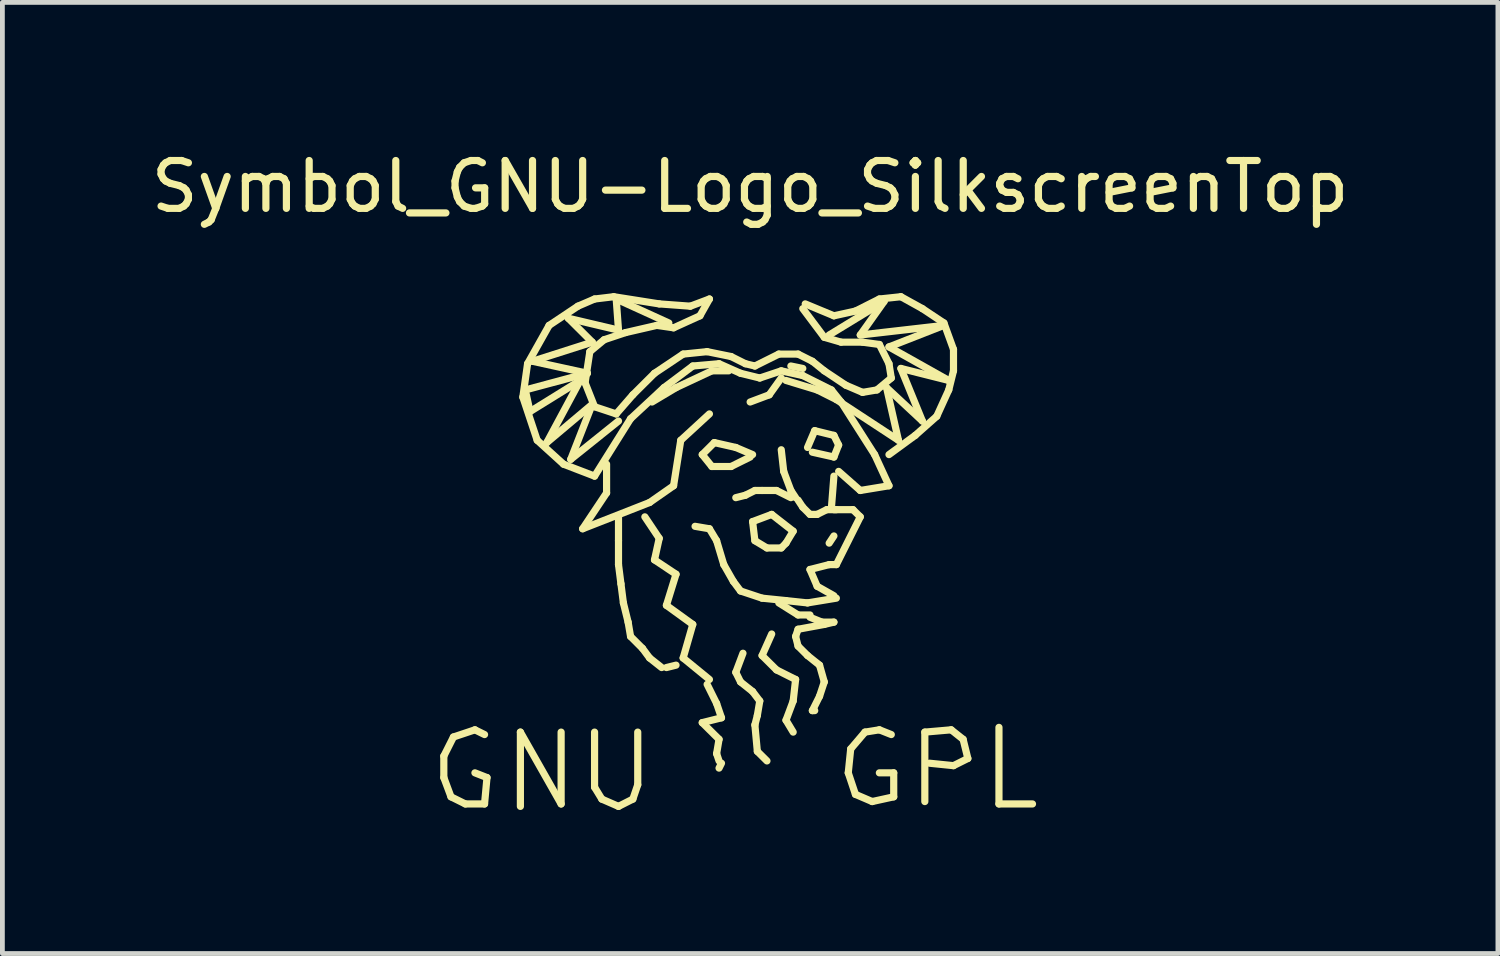
<source format=kicad_pcb>
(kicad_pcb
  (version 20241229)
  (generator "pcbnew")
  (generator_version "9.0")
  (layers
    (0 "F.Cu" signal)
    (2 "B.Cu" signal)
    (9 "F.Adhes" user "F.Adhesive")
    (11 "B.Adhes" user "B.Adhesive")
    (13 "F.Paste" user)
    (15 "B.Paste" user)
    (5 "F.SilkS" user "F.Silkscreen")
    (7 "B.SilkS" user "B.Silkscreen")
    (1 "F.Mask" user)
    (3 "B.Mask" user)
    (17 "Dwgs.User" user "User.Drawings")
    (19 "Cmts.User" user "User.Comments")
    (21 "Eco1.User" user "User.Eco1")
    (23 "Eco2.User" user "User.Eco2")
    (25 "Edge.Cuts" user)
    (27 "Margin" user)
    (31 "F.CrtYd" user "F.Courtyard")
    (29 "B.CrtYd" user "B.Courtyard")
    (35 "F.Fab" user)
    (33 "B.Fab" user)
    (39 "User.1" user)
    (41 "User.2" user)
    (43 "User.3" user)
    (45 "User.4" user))
  (footprint "Symbol_GNU-Logo_SilkscreenTop"
    (layer "F.Cu")
    (at 12.625 6.899)
    (property "Reference" "Symbol_GNU-Logo_SilkscreenTop" (at 0 -6.05 0) (layer "F.SilkS") (effects (font (size 1 1) (thickness 0.15))))
    (attr through_hole)
    (fp_line (start -6.401 5.85) (end -6.401 6.299) (stroke (width 0.15) (type solid)) (layer "F.SilkS"))
    (fp_line (start -6.401 6.299) (end -6.251 6.701) (stroke (width 0.15) (type solid)) (layer "F.SilkS"))
    (fp_line (start -6.251 6.701) (end -5.951 6.85) (stroke (width 0.15) (type solid)) (layer "F.SilkS"))
    (fp_line (start -6.2 5.451) (end -6.401 5.85) (stroke (width 0.15) (type solid)) (layer "F.SilkS"))
    (fp_line (start -5.951 6.85) (end -5.55 6.85) (stroke (width 0.15) (type solid)) (layer "F.SilkS"))
    (fp_line (start -5.751 5.301) (end -6.2 5.451) (stroke (width 0.15) (type solid)) (layer "F.SilkS"))
    (fp_line (start -5.55 5.4) (end -5.751 5.301) (stroke (width 0.15) (type solid)) (layer "F.SilkS"))
    (fp_line (start -5.55 6.85) (end -5.499 6.299) (stroke (width 0.15) (type solid)) (layer "F.SilkS"))
    (fp_line (start -5.499 6.299) (end -5.751 6.2) (stroke (width 0.15) (type solid)) (layer "F.SilkS"))
    (fp_line (start -4.801 5.349) (end -3.95 6.85) (stroke (width 0.15) (type solid)) (layer "F.SilkS"))
    (fp_line (start -4.801 6.901) (end -4.801 5.349) (stroke (width 0.15) (type solid)) (layer "F.SilkS"))
    (fp_line (start -4.75 -1.651) (end -4.45 -0.749) (stroke (width 0.15) (type solid)) (layer "F.SilkS"))
    (fp_line (start -4.699 -1.801) (end -3.401 -2.149) (stroke (width 0.15) (type solid)) (layer "F.SilkS"))
    (fp_line (start -4.651 -2.349) (end -4.75 -1.651) (stroke (width 0.15) (type solid)) (layer "F.SilkS"))
    (fp_line (start -4.6 -1.349) (end -4.699 -1.801) (stroke (width 0.15) (type solid)) (layer "F.SilkS"))
    (fp_line (start -4.549 -2.4) (end -3.299 -2.799) (stroke (width 0.15) (type solid)) (layer "F.SilkS"))
    (fp_line (start -4.45 -0.749) (end -3.899 -0.249) (stroke (width 0.15) (type solid)) (layer "F.SilkS"))
    (fp_line (start -4.249 -0.701) (end -3.551 -1.999) (stroke (width 0.15) (type solid)) (layer "F.SilkS"))
    (fp_line (start -4.201 -3.15) (end -4.651 -2.349) (stroke (width 0.15) (type solid)) (layer "F.SilkS"))
    (fp_line (start -3.95 6.85) (end -3.95 5.349) (stroke (width 0.15) (type solid)) (layer "F.SilkS"))
    (fp_line (start -3.899 -0.249) (end -3.251 0) (stroke (width 0.15) (type solid)) (layer "F.SilkS"))
    (fp_line (start -3.8 -3.299) (end -2.751 -3.051) (stroke (width 0.15) (type solid)) (layer "F.SilkS"))
    (fp_line (start -3.749 -0.351) (end -3.299 -1.501) (stroke (width 0.15) (type solid)) (layer "F.SilkS"))
    (fp_line (start -3.599 -3.551) (end -4.201 -3.15) (stroke (width 0.15) (type solid)) (layer "F.SilkS"))
    (fp_line (start -3.551 -1.999) (end -4.6 -1.349) (stroke (width 0.15) (type solid)) (layer "F.SilkS"))
    (fp_line (start -3.5 1.1) (end -2.101 0.551) (stroke (width 0.15) (type solid)) (layer "F.SilkS"))
    (fp_line (start -3.449 -1.951) (end -3.35 -2.601) (stroke (width 0.15) (type solid)) (layer "F.SilkS"))
    (fp_line (start -3.401 -2.149) (end -4.549 -2.4) (stroke (width 0.15) (type solid)) (layer "F.SilkS"))
    (fp_line (start -3.35 -2.601) (end -3.051 -2.85) (stroke (width 0.15) (type solid)) (layer "F.SilkS"))
    (fp_line (start -3.299 -2.799) (end -3.8 -3.299) (stroke (width 0.15) (type solid)) (layer "F.SilkS"))
    (fp_line (start -3.299 -1.501) (end -4.249 -0.701) (stroke (width 0.15) (type solid)) (layer "F.SilkS"))
    (fp_line (start -3.251 -3.701) (end -3.599 -3.551) (stroke (width 0.15) (type solid)) (layer "F.SilkS"))
    (fp_line (start -3.251 -1.45) (end -3.449 -1.951) (stroke (width 0.15) (type solid)) (layer "F.SilkS"))
    (fp_line (start -3.251 0) (end -2.499 -1.199) (stroke (width 0.15) (type solid)) (layer "F.SilkS"))
    (fp_line (start -3.251 5.349) (end -3.251 6.5) (stroke (width 0.15) (type solid)) (layer "F.SilkS"))
    (fp_line (start -3.251 6.5) (end -3.099 6.749) (stroke (width 0.15) (type solid)) (layer "F.SilkS"))
    (fp_line (start -3.099 6.749) (end -2.751 6.901) (stroke (width 0.15) (type solid)) (layer "F.SilkS"))
    (fp_line (start -3.051 -2.85) (end -2.601 -3) (stroke (width 0.15) (type solid)) (layer "F.SilkS"))
    (fp_line (start -3 -0.249) (end -3 0.351) (stroke (width 0.15) (type solid)) (layer "F.SilkS"))
    (fp_line (start -3 0.351) (end -3.5 1.1) (stroke (width 0.15) (type solid)) (layer "F.SilkS"))
    (fp_line (start -2.85 -3.749) (end -3.251 -3.701) (stroke (width 0.15) (type solid)) (layer "F.SilkS"))
    (fp_line (start -2.799 -3.701) (end -1.699 -3.2) (stroke (width 0.15) (type solid)) (layer "F.SilkS"))
    (fp_line (start -2.799 -1.3) (end -3.251 -1.45) (stroke (width 0.15) (type solid)) (layer "F.SilkS"))
    (fp_line (start -2.751 -3.051) (end -2.799 -3.701) (stroke (width 0.15) (type solid)) (layer "F.SilkS"))
    (fp_line (start -2.751 -1.151) (end -3.749 -0.351) (stroke (width 0.15) (type solid)) (layer "F.SilkS"))
    (fp_line (start -2.751 1.349) (end -2.751 0.851) (stroke (width 0.15) (type solid)) (layer "F.SilkS"))
    (fp_line (start -2.751 1.849) (end -2.751 1.349) (stroke (width 0.15) (type solid)) (layer "F.SilkS"))
    (fp_line (start -2.751 6.901) (end -2.451 6.749) (stroke (width 0.15) (type solid)) (layer "F.SilkS"))
    (fp_line (start -2.7 2.25) (end -2.751 1.849) (stroke (width 0.15) (type solid)) (layer "F.SilkS"))
    (fp_line (start -2.649 2.649) (end -2.7 2.25) (stroke (width 0.15) (type solid)) (layer "F.SilkS"))
    (fp_line (start -2.601 -3) (end -1.951 -3.15) (stroke (width 0.15) (type solid)) (layer "F.SilkS"))
    (fp_line (start -2.55 3.051) (end -2.649 2.649) (stroke (width 0.15) (type solid)) (layer "F.SilkS"))
    (fp_line (start -2.499 -1.199) (end -1.801 -1.849) (stroke (width 0.15) (type solid)) (layer "F.SilkS"))
    (fp_line (start -2.499 3.35) (end -2.55 3.051) (stroke (width 0.15) (type solid)) (layer "F.SilkS"))
    (fp_line (start -2.451 -1.699) (end -2.799 -1.3) (stroke (width 0.15) (type solid)) (layer "F.SilkS"))
    (fp_line (start -2.451 6.749) (end -2.349 6.449) (stroke (width 0.15) (type solid)) (layer "F.SilkS"))
    (fp_line (start -2.349 6.449) (end -2.349 5.349) (stroke (width 0.15) (type solid)) (layer "F.SilkS"))
    (fp_line (start -2.25 3.599) (end -2.499 3.35) (stroke (width 0.15) (type solid)) (layer "F.SilkS"))
    (fp_line (start -2.2 0.851) (end -1.9 1.3) (stroke (width 0.15) (type solid)) (layer "F.SilkS"))
    (fp_line (start -2.101 0.551) (end -1.6 0.201) (stroke (width 0.15) (type solid)) (layer "F.SilkS"))
    (fp_line (start -2.101 3.8) (end -2.25 3.599) (stroke (width 0.15) (type solid)) (layer "F.SilkS"))
    (fp_line (start -2.05 -1.549) (end -1.549 -1.849) (stroke (width 0.15) (type solid)) (layer "F.SilkS"))
    (fp_line (start -1.999 -2.149) (end -2.451 -1.699) (stroke (width 0.15) (type solid)) (layer "F.SilkS"))
    (fp_line (start -1.999 1.75) (end -1.549 2.05) (stroke (width 0.15) (type solid)) (layer "F.SilkS"))
    (fp_line (start -1.951 -3.15) (end -1.6 -3.099) (stroke (width 0.15) (type solid)) (layer "F.SilkS"))
    (fp_line (start -1.9 -3.599) (end -2.85 -3.749) (stroke (width 0.15) (type solid)) (layer "F.SilkS"))
    (fp_line (start -1.9 1.3) (end -1.999 1.75) (stroke (width 0.15) (type solid)) (layer "F.SilkS"))
    (fp_line (start -1.849 4) (end -2.101 3.8) (stroke (width 0.15) (type solid)) (layer "F.SilkS"))
    (fp_line (start -1.801 -1.849) (end -1.199 -2.301) (stroke (width 0.15) (type solid)) (layer "F.SilkS"))
    (fp_line (start -1.75 2.7) (end -1.199 3.099) (stroke (width 0.15) (type solid)) (layer "F.SilkS"))
    (fp_line (start -1.75 4) (end -1.549 3.95) (stroke (width 0.15) (type solid)) (layer "F.SilkS"))
    (fp_line (start -1.6 -3.099) (end -1.049 -3.35) (stroke (width 0.15) (type solid)) (layer "F.SilkS"))
    (fp_line (start -1.6 0.201) (end -1.45 -0.749) (stroke (width 0.15) (type solid)) (layer "F.SilkS"))
    (fp_line (start -1.549 -1.849) (end -0.8 -2.2) (stroke (width 0.15) (type solid)) (layer "F.SilkS"))
    (fp_line (start -1.549 2.05) (end -1.75 2.7) (stroke (width 0.15) (type solid)) (layer "F.SilkS"))
    (fp_line (start -1.45 -0.749) (end -0.851 -1.3) (stroke (width 0.15) (type solid)) (layer "F.SilkS"))
    (fp_line (start -1.4 -2.55) (end -1.999 -2.149) (stroke (width 0.15) (type solid)) (layer "F.SilkS"))
    (fp_line (start -1.4 3.8) (end -0.851 4.249) (stroke (width 0.15) (type solid)) (layer "F.SilkS"))
    (fp_line (start -1.25 -3.551) (end -1.9 -3.599) (stroke (width 0.15) (type solid)) (layer "F.SilkS"))
    (fp_line (start -1.199 -2.301) (end -0.65 -2.349) (stroke (width 0.15) (type solid)) (layer "F.SilkS"))
    (fp_line (start -1.199 3.099) (end -1.4 3.8) (stroke (width 0.15) (type solid)) (layer "F.SilkS"))
    (fp_line (start -1.049 -3.35) (end -0.851 -3.701) (stroke (width 0.15) (type solid)) (layer "F.SilkS"))
    (fp_line (start -1.001 -0.45) (end -0.8 -0.201) (stroke (width 0.15) (type solid)) (layer "F.SilkS"))
    (fp_line (start -1.001 5.151) (end -0.65 5.499) (stroke (width 0.15) (type solid)) (layer "F.SilkS"))
    (fp_line (start -0.899 -2.601) (end -1.4 -2.55) (stroke (width 0.15) (type solid)) (layer "F.SilkS"))
    (fp_line (start -0.899 4.351) (end -0.701 4.75) (stroke (width 0.15) (type solid)) (layer "F.SilkS"))
    (fp_line (start -0.851 -3.701) (end -1.25 -3.551) (stroke (width 0.15) (type solid)) (layer "F.SilkS"))
    (fp_line (start -0.851 1.1) (end -1.151 1.049) (stroke (width 0.15) (type solid)) (layer "F.SilkS"))
    (fp_line (start -0.8 -2.2) (end -0.45 -2.2) (stroke (width 0.15) (type solid)) (layer "F.SilkS"))
    (fp_line (start -0.8 -0.201) (end -0.399 -0.201) (stroke (width 0.15) (type solid)) (layer "F.SilkS"))
    (fp_line (start -0.749 -0.701) (end -1.001 -0.45) (stroke (width 0.15) (type solid)) (layer "F.SilkS"))
    (fp_line (start -0.701 1.349) (end -0.851 1.1) (stroke (width 0.15) (type solid)) (layer "F.SilkS"))
    (fp_line (start -0.701 4.75) (end -0.599 5.05) (stroke (width 0.15) (type solid)) (layer "F.SilkS"))
    (fp_line (start -0.701 5.799) (end -0.65 5.951) (stroke (width 0.15) (type solid)) (layer "F.SilkS"))
    (fp_line (start -0.65 -2.349) (end -0.201 -2.149) (stroke (width 0.15) (type solid)) (layer "F.SilkS"))
    (fp_line (start -0.65 5.499) (end -0.701 5.799) (stroke (width 0.15) (type solid)) (layer "F.SilkS"))
    (fp_line (start -0.599 5.05) (end -1.001 5.151) (stroke (width 0.15) (type solid)) (layer "F.SilkS"))
    (fp_line (start -0.599 5.999) (end -0.65 6.101) (stroke (width 0.15) (type solid)) (layer "F.SilkS"))
    (fp_line (start -0.551 1.849) (end -0.701 1.349) (stroke (width 0.15) (type solid)) (layer "F.SilkS"))
    (fp_line (start -0.399 -2.499) (end -0.899 -2.601) (stroke (width 0.15) (type solid)) (layer "F.SilkS"))
    (fp_line (start -0.399 -0.201) (end 0 -0.399) (stroke (width 0.15) (type solid)) (layer "F.SilkS"))
    (fp_line (start -0.351 2.2) (end -0.551 1.849) (stroke (width 0.15) (type solid)) (layer "F.SilkS"))
    (fp_line (start -0.3 -0.599) (end -0.749 -0.701) (stroke (width 0.15) (type solid)) (layer "F.SilkS"))
    (fp_line (start -0.3 4.1) (end -0.201 4.3) (stroke (width 0.15) (type solid)) (layer "F.SilkS"))
    (fp_line (start -0.201 -2.149) (end 0.201 -2.05) (stroke (width 0.15) (type solid)) (layer "F.SilkS"))
    (fp_line (start -0.201 2.4) (end -0.351 2.2) (stroke (width 0.15) (type solid)) (layer "F.SilkS"))
    (fp_line (start -0.201 4.3) (end 0.051 4.501) (stroke (width 0.15) (type solid)) (layer "F.SilkS"))
    (fp_line (start -0.15 3.701) (end -0.3 4.1) (stroke (width 0.15) (type solid)) (layer "F.SilkS"))
    (fp_line (start -0.099 -2.349) (end -0.399 -2.499) (stroke (width 0.15) (type solid)) (layer "F.SilkS"))
    (fp_line (start -0.099 0.399) (end -0.3 0.45) (stroke (width 0.15) (type solid)) (layer "F.SilkS"))
    (fp_line (start 0 -1.549) (end 0.399 -1.699) (stroke (width 0.15) (type solid)) (layer "F.SilkS"))
    (fp_line (start 0.051 -0.45) (end -0.3 -0.599) (stroke (width 0.15) (type solid)) (layer "F.SilkS"))
    (fp_line (start 0.051 0.95) (end 0.099 1.349) (stroke (width 0.15) (type solid)) (layer "F.SilkS"))
    (fp_line (start 0.051 4.501) (end 0.201 4.699) (stroke (width 0.15) (type solid)) (layer "F.SilkS"))
    (fp_line (start 0.099 -2.301) (end -0.099 -2.349) (stroke (width 0.15) (type solid)) (layer "F.SilkS"))
    (fp_line (start 0.099 0.3) (end -0.099 0.399) (stroke (width 0.15) (type solid)) (layer "F.SilkS"))
    (fp_line (start 0.099 1.349) (end 0.351 1.501) (stroke (width 0.15) (type solid)) (layer "F.SilkS"))
    (fp_line (start 0.099 5.199) (end 0.15 5.751) (stroke (width 0.15) (type solid)) (layer "F.SilkS"))
    (fp_line (start 0.15 5.001) (end 0.099 5.199) (stroke (width 0.15) (type solid)) (layer "F.SilkS"))
    (fp_line (start 0.15 5.751) (end 0.351 5.951) (stroke (width 0.15) (type solid)) (layer "F.SilkS"))
    (fp_line (start 0.201 -2.05) (end 0.65 -2.2) (stroke (width 0.15) (type solid)) (layer "F.SilkS"))
    (fp_line (start 0.201 4.699) (end 0.15 5.001) (stroke (width 0.15) (type solid)) (layer "F.SilkS"))
    (fp_line (start 0.249 0.3) (end 0.099 0.3) (stroke (width 0.15) (type solid)) (layer "F.SilkS"))
    (fp_line (start 0.249 2.55) (end -0.201 2.4) (stroke (width 0.15) (type solid)) (layer "F.SilkS"))
    (fp_line (start 0.249 3.749) (end 0.551 4.049) (stroke (width 0.15) (type solid)) (layer "F.SilkS"))
    (fp_line (start 0.351 1.501) (end 0.65 1.501) (stroke (width 0.15) (type solid)) (layer "F.SilkS"))
    (fp_line (start 0.399 -1.699) (end 0.65 -2.05) (stroke (width 0.15) (type solid)) (layer "F.SilkS"))
    (fp_line (start 0.45 0.8) (end 0.051 0.95) (stroke (width 0.15) (type solid)) (layer "F.SilkS"))
    (fp_line (start 0.45 3.299) (end 0.249 3.749) (stroke (width 0.15) (type solid)) (layer "F.SilkS"))
    (fp_line (start 0.551 0.3) (end 0.249 0.3) (stroke (width 0.15) (type solid)) (layer "F.SilkS"))
    (fp_line (start 0.551 4.049) (end 0.95 4.249) (stroke (width 0.15) (type solid)) (layer "F.SilkS"))
    (fp_line (start 0.599 -2.55) (end 0.099 -2.301) (stroke (width 0.15) (type solid)) (layer "F.SilkS"))
    (fp_line (start 0.599 2.649) (end 1.001 2.901) (stroke (width 0.15) (type solid)) (layer "F.SilkS"))
    (fp_line (start 0.65 -2.2) (end 1.1 -2.101) (stroke (width 0.15) (type solid)) (layer "F.SilkS"))
    (fp_line (start 0.65 -0.551) (end 0.701 -0.099) (stroke (width 0.15) (type solid)) (layer "F.SilkS"))
    (fp_line (start 0.65 1.501) (end 0.749 1.4) (stroke (width 0.15) (type solid)) (layer "F.SilkS"))
    (fp_line (start 0.701 -0.099) (end 0.851 0.3) (stroke (width 0.15) (type solid)) (layer "F.SilkS"))
    (fp_line (start 0.749 -1.999) (end 1.4 -1.801) (stroke (width 0.15) (type solid)) (layer "F.SilkS"))
    (fp_line (start 0.749 1.4) (end 0.899 1.151) (stroke (width 0.15) (type solid)) (layer "F.SilkS"))
    (fp_line (start 0.749 2.601) (end 0.249 2.55) (stroke (width 0.15) (type solid)) (layer "F.SilkS"))
    (fp_line (start 0.749 5.1) (end 0.899 5.349) (stroke (width 0.15) (type solid)) (layer "F.SilkS"))
    (fp_line (start 0.851 -2.301) (end 1.1 -2.25) (stroke (width 0.15) (type solid)) (layer "F.SilkS"))
    (fp_line (start 0.851 0.3) (end 0.95 0.45) (stroke (width 0.15) (type solid)) (layer "F.SilkS"))
    (fp_line (start 0.851 0.45) (end 0.551 0.3) (stroke (width 0.15) (type solid)) (layer "F.SilkS"))
    (fp_line (start 0.899 1.151) (end 0.45 0.8) (stroke (width 0.15) (type solid)) (layer "F.SilkS"))
    (fp_line (start 0.899 4.699) (end 0.749 5.1) (stroke (width 0.15) (type solid)) (layer "F.SilkS"))
    (fp_line (start 0.95 3.35) (end 1.001 3.551) (stroke (width 0.15) (type solid)) (layer "F.SilkS"))
    (fp_line (start 0.95 4.249) (end 0.899 4.699) (stroke (width 0.15) (type solid)) (layer "F.SilkS"))
    (fp_line (start 1.001 -2.55) (end 0.599 -2.55) (stroke (width 0.15) (type solid)) (layer "F.SilkS"))
    (fp_line (start 1.001 0.5) (end 1.1 0.65) (stroke (width 0.15) (type solid)) (layer "F.SilkS"))
    (fp_line (start 1.001 2.901) (end 1.25 2.901) (stroke (width 0.15) (type solid)) (layer "F.SilkS"))
    (fp_line (start 1.001 3.2) (end 0.95 3.35) (stroke (width 0.15) (type solid)) (layer "F.SilkS"))
    (fp_line (start 1.001 3.551) (end 1.199 3.749) (stroke (width 0.15) (type solid)) (layer "F.SilkS"))
    (fp_line (start 1.1 -3.5) (end 1.549 -2.901) (stroke (width 0.15) (type solid)) (layer "F.SilkS"))
    (fp_line (start 1.1 -2.101) (end 1.699 -1.801) (stroke (width 0.15) (type solid)) (layer "F.SilkS"))
    (fp_line (start 1.1 0.65) (end 1.25 0.8) (stroke (width 0.15) (type solid)) (layer "F.SilkS"))
    (fp_line (start 1.151 -3.599) (end 1.75 -3.35) (stroke (width 0.15) (type solid)) (layer "F.SilkS"))
    (fp_line (start 1.199 -0.599) (end 1.349 -0.95) (stroke (width 0.15) (type solid)) (layer "F.SilkS"))
    (fp_line (start 1.199 2.649) (end 0.749 2.601) (stroke (width 0.15) (type solid)) (layer "F.SilkS"))
    (fp_line (start 1.199 3.749) (end 1.45 3.95) (stroke (width 0.15) (type solid)) (layer "F.SilkS"))
    (fp_line (start 1.25 0.8) (end 1.4 0.8) (stroke (width 0.15) (type solid)) (layer "F.SilkS"))
    (fp_line (start 1.25 1.951) (end 1.4 2.301) (stroke (width 0.15) (type solid)) (layer "F.SilkS"))
    (fp_line (start 1.25 2.949) (end 1.501 3.051) (stroke (width 0.15) (type solid)) (layer "F.SilkS"))
    (fp_line (start 1.3 -2.4) (end 1.001 -2.55) (stroke (width 0.15) (type solid)) (layer "F.SilkS"))
    (fp_line (start 1.3 4.9) (end 1.349 4.9) (stroke (width 0.15) (type solid)) (layer "F.SilkS"))
    (fp_line (start 1.349 -0.95) (end 1.75 -0.851) (stroke (width 0.15) (type solid)) (layer "F.SilkS"))
    (fp_line (start 1.4 -1.801) (end 1.801 -1.6) (stroke (width 0.15) (type solid)) (layer "F.SilkS"))
    (fp_line (start 1.4 0.8) (end 1.6 0.701) (stroke (width 0.15) (type solid)) (layer "F.SilkS"))
    (fp_line (start 1.4 2.301) (end 1.75 2.499) (stroke (width 0.15) (type solid)) (layer "F.SilkS"))
    (fp_line (start 1.45 3.95) (end 1.549 4.3) (stroke (width 0.15) (type solid)) (layer "F.SilkS"))
    (fp_line (start 1.45 4.6) (end 1.3 4.9) (stroke (width 0.15) (type solid)) (layer "F.SilkS"))
    (fp_line (start 1.501 3.051) (end 1.75 3.051) (stroke (width 0.15) (type solid)) (layer "F.SilkS"))
    (fp_line (start 1.549 -2.901) (end 1.9 -2.799) (stroke (width 0.15) (type solid)) (layer "F.SilkS"))
    (fp_line (start 1.549 -2.2) (end 1.3 -2.4) (stroke (width 0.15) (type solid)) (layer "F.SilkS"))
    (fp_line (start 1.549 3.099) (end 1.001 3.2) (stroke (width 0.15) (type solid)) (layer "F.SilkS"))
    (fp_line (start 1.549 4.3) (end 1.45 4.6) (stroke (width 0.15) (type solid)) (layer "F.SilkS"))
    (fp_line (start 1.6 0.701) (end 1.801 0.701) (stroke (width 0.15) (type solid)) (layer "F.SilkS"))
    (fp_line (start 1.651 1.849) (end 1.25 1.951) (stroke (width 0.15) (type solid)) (layer "F.SilkS"))
    (fp_line (start 1.699 -1.801) (end 1.9 -1.549) (stroke (width 0.15) (type solid)) (layer "F.SilkS"))
    (fp_line (start 1.75 -3.35) (end 2.2 -3.449) (stroke (width 0.15) (type solid)) (layer "F.SilkS"))
    (fp_line (start 1.75 -0.851) (end 1.849 -0.65) (stroke (width 0.15) (type solid)) (layer "F.SilkS"))
    (fp_line (start 1.75 -0.399) (end 1.3 -0.5) (stroke (width 0.15) (type solid)) (layer "F.SilkS"))
    (fp_line (start 1.75 0) (end 1.699 0.65) (stroke (width 0.15) (type solid)) (layer "F.SilkS"))
    (fp_line (start 1.75 0.701) (end 2.149 0.701) (stroke (width 0.15) (type solid)) (layer "F.SilkS"))
    (fp_line (start 1.75 1.25) (end 1.651 1.4) (stroke (width 0.15) (type solid)) (layer "F.SilkS"))
    (fp_line (start 1.75 3.051) (end 1.549 3.099) (stroke (width 0.15) (type solid)) (layer "F.SilkS"))
    (fp_line (start 1.801 -1.6) (end 3.099 -0.749) (stroke (width 0.15) (type solid)) (layer "F.SilkS"))
    (fp_line (start 1.801 1.849) (end 1.651 1.849) (stroke (width 0.15) (type solid)) (layer "F.SilkS"))
    (fp_line (start 1.801 2.55) (end 1.199 2.649) (stroke (width 0.15) (type solid)) (layer "F.SilkS"))
    (fp_line (start 1.849 -0.65) (end 1.75 -0.399) (stroke (width 0.15) (type solid)) (layer "F.SilkS"))
    (fp_line (start 1.9 -2.799) (end 2.349 -2.799) (stroke (width 0.15) (type solid)) (layer "F.SilkS"))
    (fp_line (start 1.9 -1.549) (end 2.601 -0.45) (stroke (width 0.15) (type solid)) (layer "F.SilkS"))
    (fp_line (start 1.999 -1.9) (end 1.549 -2.2) (stroke (width 0.15) (type solid)) (layer "F.SilkS"))
    (fp_line (start 2.05 6.2) (end 2.2 6.65) (stroke (width 0.15) (type solid)) (layer "F.SilkS"))
    (fp_line (start 2.101 5.7) (end 2.05 6.2) (stroke (width 0.15) (type solid)) (layer "F.SilkS"))
    (fp_line (start 2.149 0.701) (end 2.301 0.851) (stroke (width 0.15) (type solid)) (layer "F.SilkS"))
    (fp_line (start 2.2 -3.449) (end 2.7 -3.701) (stroke (width 0.15) (type solid)) (layer "F.SilkS"))
    (fp_line (start 2.2 6.65) (end 2.55 6.8) (stroke (width 0.15) (type solid)) (layer "F.SilkS"))
    (fp_line (start 2.301 -2.949) (end 2.799 -3.65) (stroke (width 0.15) (type solid)) (layer "F.SilkS"))
    (fp_line (start 2.301 0.3) (end 1.849 -0.099) (stroke (width 0.15) (type solid)) (layer "F.SilkS"))
    (fp_line (start 2.301 0.851) (end 1.801 1.849) (stroke (width 0.15) (type solid)) (layer "F.SilkS"))
    (fp_line (start 2.349 -2.799) (end 2.7 -2.751) (stroke (width 0.15) (type solid)) (layer "F.SilkS"))
    (fp_line (start 2.349 -1.75) (end 1.999 -1.9) (stroke (width 0.15) (type solid)) (layer "F.SilkS"))
    (fp_line (start 2.4 5.349) (end 2.101 5.7) (stroke (width 0.15) (type solid)) (layer "F.SilkS"))
    (fp_line (start 2.55 6.8) (end 3 6.701) (stroke (width 0.15) (type solid)) (layer "F.SilkS"))
    (fp_line (start 2.601 -0.45) (end 2.901 0.201) (stroke (width 0.15) (type solid)) (layer "F.SilkS"))
    (fp_line (start 2.649 -1.801) (end 2.349 -1.75) (stroke (width 0.15) (type solid)) (layer "F.SilkS"))
    (fp_line (start 2.7 -3.701) (end 3.15 -3.749) (stroke (width 0.15) (type solid)) (layer "F.SilkS"))
    (fp_line (start 2.7 -2.751) (end 2.901 -2.349) (stroke (width 0.15) (type solid)) (layer "F.SilkS"))
    (fp_line (start 2.7 5.301) (end 2.4 5.349) (stroke (width 0.15) (type solid)) (layer "F.SilkS"))
    (fp_line (start 2.799 -3.65) (end 1.651 -2.949) (stroke (width 0.15) (type solid)) (layer "F.SilkS"))
    (fp_line (start 2.85 -1.849) (end 3.599 -1.151) (stroke (width 0.15) (type solid)) (layer "F.SilkS"))
    (fp_line (start 2.901 -2.7) (end 4.049 -3.15) (stroke (width 0.15) (type solid)) (layer "F.SilkS"))
    (fp_line (start 2.901 -2.349) (end 2.949 -2.05) (stroke (width 0.15) (type solid)) (layer "F.SilkS"))
    (fp_line (start 2.901 0.201) (end 2.301 0.3) (stroke (width 0.15) (type solid)) (layer "F.SilkS"))
    (fp_line (start 2.949 -2.05) (end 2.649 -1.801) (stroke (width 0.15) (type solid)) (layer "F.SilkS"))
    (fp_line (start 2.949 5.4) (end 2.7 5.301) (stroke (width 0.15) (type solid)) (layer "F.SilkS"))
    (fp_line (start 3 6.2) (end 2.7 6.2) (stroke (width 0.15) (type solid)) (layer "F.SilkS"))
    (fp_line (start 3 6.701) (end 3 6.2) (stroke (width 0.15) (type solid)) (layer "F.SilkS"))
    (fp_line (start 3.099 -0.749) (end 2.85 -1.849) (stroke (width 0.15) (type solid)) (layer "F.SilkS"))
    (fp_line (start 3.15 -3.749) (end 3.599 -3.5) (stroke (width 0.15) (type solid)) (layer "F.SilkS"))
    (fp_line (start 3.15 -2.25) (end 4.15 -1.999) (stroke (width 0.15) (type solid)) (layer "F.SilkS"))
    (fp_line (start 3.449 -0.851) (end 2.901 -0.45) (stroke (width 0.15) (type solid)) (layer "F.SilkS"))
    (fp_line (start 3.599 -3.5) (end 4.049 -3.2) (stroke (width 0.15) (type solid)) (layer "F.SilkS"))
    (fp_line (start 3.599 -1.151) (end 3.15 -2.25) (stroke (width 0.15) (type solid)) (layer "F.SilkS"))
    (fp_line (start 3.65 5.349) (end 4.201 5.301) (stroke (width 0.15) (type solid)) (layer "F.SilkS"))
    (fp_line (start 3.65 6.8) (end 3.65 5.349) (stroke (width 0.15) (type solid)) (layer "F.SilkS"))
    (fp_line (start 3.899 -1.25) (end 3.449 -0.851) (stroke (width 0.15) (type solid)) (layer "F.SilkS"))
    (fp_line (start 4.049 -3.2) (end 4.249 -2.649) (stroke (width 0.15) (type solid)) (layer "F.SilkS"))
    (fp_line (start 4.049 -3.15) (end 2.301 -2.949) (stroke (width 0.15) (type solid)) (layer "F.SilkS"))
    (fp_line (start 4.15 -1.999) (end 2.901 -2.7) (stroke (width 0.15) (type solid)) (layer "F.SilkS"))
    (fp_line (start 4.15 -1.801) (end 3.899 -1.25) (stroke (width 0.15) (type solid)) (layer "F.SilkS"))
    (fp_line (start 4.201 5.301) (end 4.45 5.499) (stroke (width 0.15) (type solid)) (layer "F.SilkS"))
    (fp_line (start 4.249 -2.649) (end 4.249 -2.2) (stroke (width 0.15) (type solid)) (layer "F.SilkS"))
    (fp_line (start 4.249 -2.2) (end 4.15 -1.801) (stroke (width 0.15) (type solid)) (layer "F.SilkS"))
    (fp_line (start 4.249 6.05) (end 3.749 5.999) (stroke (width 0.15) (type solid)) (layer "F.SilkS"))
    (fp_line (start 4.45 5.499) (end 4.549 5.9) (stroke (width 0.15) (type solid)) (layer "F.SilkS"))
    (fp_line (start 4.549 5.9) (end 4.249 6.05) (stroke (width 0.15) (type solid)) (layer "F.SilkS"))
    (fp_line (start 5.199 5.25) (end 5.199 6.85) (stroke (width 0.15) (type solid)) (layer "F.SilkS"))
    (fp_line (start 5.199 6.85) (end 5.9 6.85) (stroke (width 0.15) (type solid)) (layer "F.SilkS")))
  (gr_rect
    (start -3 -3)
    (end 28.25 16.875)
    (stroke (width 0.1) (type default))
    (fill no)
    (layer "Edge.Cuts")))
</source>
